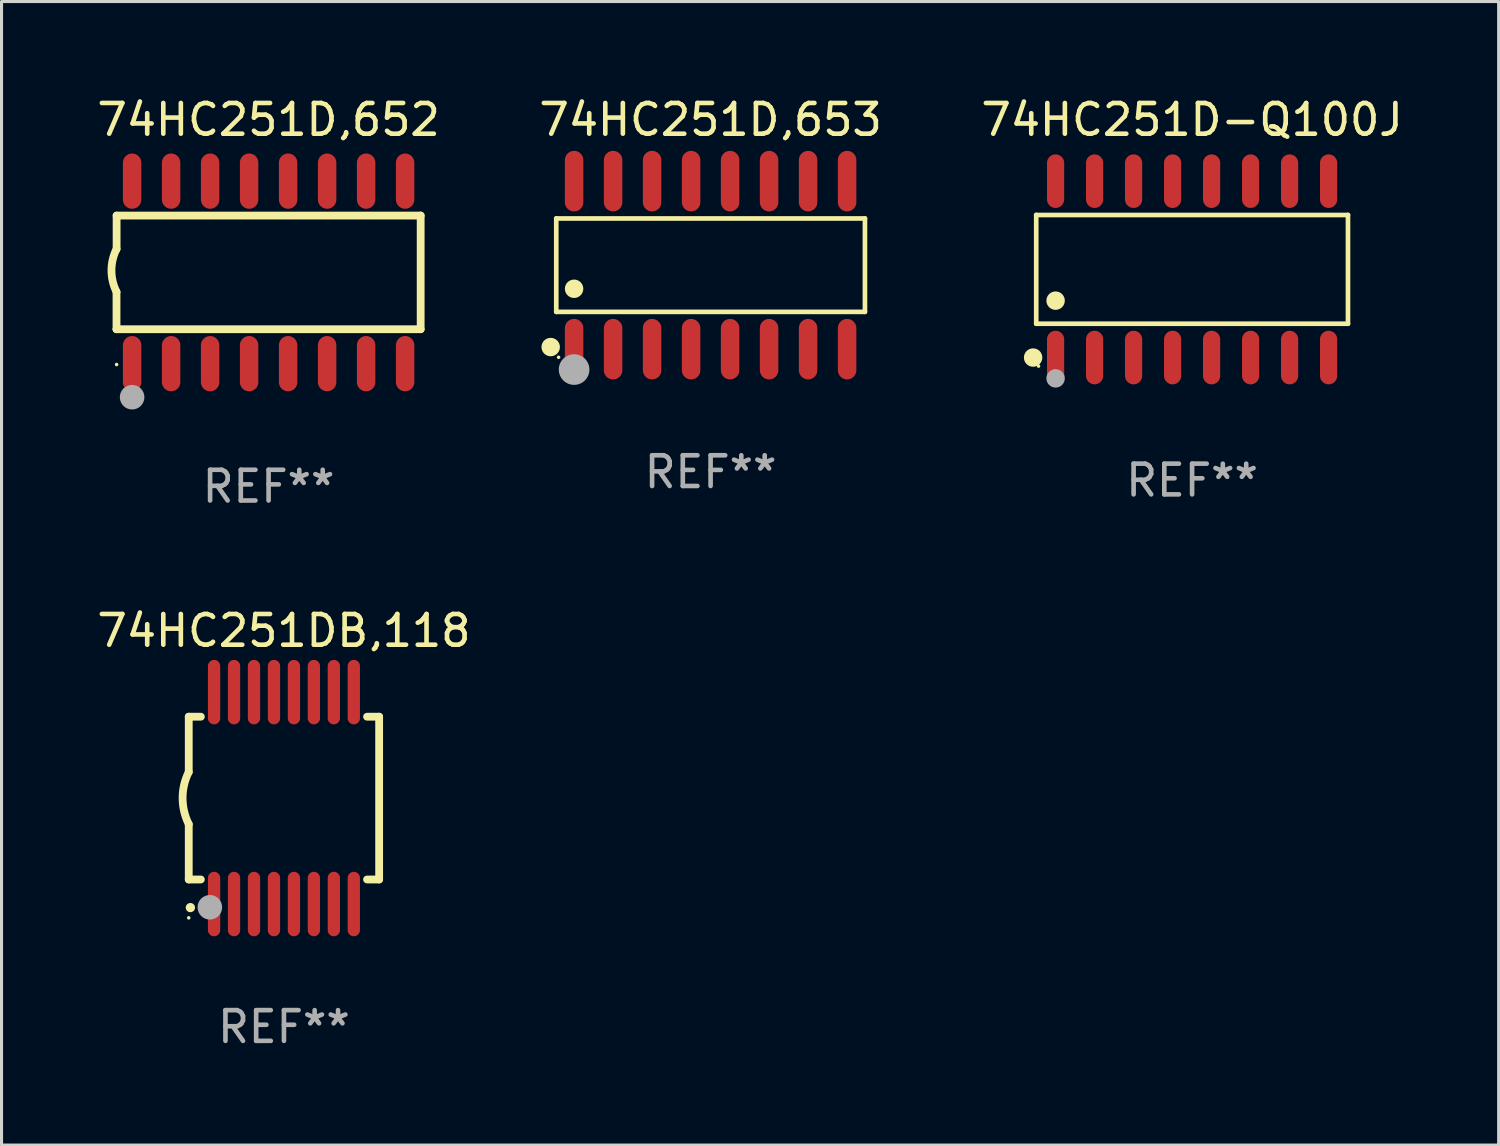
<source format=kicad_pcb>
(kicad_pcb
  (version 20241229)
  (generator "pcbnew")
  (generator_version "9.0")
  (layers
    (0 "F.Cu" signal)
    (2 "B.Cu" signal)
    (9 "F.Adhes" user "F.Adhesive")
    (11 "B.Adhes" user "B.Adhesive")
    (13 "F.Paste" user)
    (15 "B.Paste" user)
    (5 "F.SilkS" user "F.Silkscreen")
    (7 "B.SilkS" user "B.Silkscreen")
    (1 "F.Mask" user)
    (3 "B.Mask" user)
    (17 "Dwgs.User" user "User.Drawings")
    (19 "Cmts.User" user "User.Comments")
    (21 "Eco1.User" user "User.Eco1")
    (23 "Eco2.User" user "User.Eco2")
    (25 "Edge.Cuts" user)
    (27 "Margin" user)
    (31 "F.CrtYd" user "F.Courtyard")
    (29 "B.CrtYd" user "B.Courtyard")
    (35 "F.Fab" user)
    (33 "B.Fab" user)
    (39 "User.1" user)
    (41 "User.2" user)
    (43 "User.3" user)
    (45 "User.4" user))
  (footprint "74HC251D,653"
    (layer "F.Cu")
    (at 20.089 5.584)
    (property "Reference" "74HC251D,653" (at 0 -4.736 0) (layer "F.SilkS") (effects (font (size 1 1) (thickness 0.15))))
    (attr through_hole)
    (fp_line (start -5.026 -1.521) (end 5.026 -1.521) (stroke (width 0.152) (type solid)) (layer "F.SilkS"))
    (fp_line (start -5.026 1.521) (end -5.026 -1.521) (stroke (width 0.152) (type solid)) (layer "F.SilkS"))
    (fp_line (start 5.026 -1.521) (end 5.026 1.521) (stroke (width 0.152) (type solid)) (layer "F.SilkS"))
    (fp_line (start 5.026 1.521) (end -5.026 1.521) (stroke (width 0.152) (type solid)) (layer "F.SilkS"))
    (fp_circle (center -5.207 2.667) (end -5.057 2.667) (stroke (width 0.3) (type solid)) (fill no) (layer "F.SilkS"))
    (fp_circle (center -4.95 3) (end -4.92 3) (stroke (width 0.06) (type solid)) (fill no) (layer "F.SilkS"))
    (fp_circle (center -4.445 0.769) (end -4.295 0.769) (stroke (width 0.3) (type solid)) (fill no) (layer "F.SilkS"))
    (fp_circle (center -4.445 3.4) (end -4.195 3.4) (stroke (width 0.5) (type solid)) (fill no) (layer "F.Fab"))
    (fp_text user "REF**" (at 0 6.736 0) (layer "F.Fab") (effects (font (size 1 1) (thickness 0.15))))
    (pad "1" smd oval (at -4.445 2.736) (size 0.602 1.971) (layers "F.Cu" "F.Mask" "F.Paste"))
    (pad "2" smd oval (at -3.175 2.736) (size 0.602 1.971) (layers "F.Cu" "F.Mask" "F.Paste"))
    (pad "3" smd oval (at -1.905 2.736) (size 0.602 1.971) (layers "F.Cu" "F.Mask" "F.Paste"))
    (pad "4" smd oval (at -0.635 2.736) (size 0.602 1.971) (layers "F.Cu" "F.Mask" "F.Paste"))
    (pad "5" smd oval (at 0.635 2.736) (size 0.602 1.971) (layers "F.Cu" "F.Mask" "F.Paste"))
    (pad "6" smd oval (at 1.905 2.736) (size 0.602 1.971) (layers "F.Cu" "F.Mask" "F.Paste"))
    (pad "7" smd oval (at 3.175 2.736) (size 0.602 1.971) (layers "F.Cu" "F.Mask" "F.Paste"))
    (pad "8" smd oval (at 4.445 2.736) (size 0.602 1.971) (layers "F.Cu" "F.Mask" "F.Paste"))
    (pad "9" smd oval (at 4.445 -2.736) (size 0.602 1.971) (layers "F.Cu" "F.Mask" "F.Paste"))
    (pad "10" smd oval (at 3.175 -2.736) (size 0.602 1.971) (layers "F.Cu" "F.Mask" "F.Paste"))
    (pad "11" smd oval (at 1.905 -2.736) (size 0.602 1.971) (layers "F.Cu" "F.Mask" "F.Paste"))
    (pad "12" smd oval (at 0.635 -2.736) (size 0.602 1.971) (layers "F.Cu" "F.Mask" "F.Paste"))
    (pad "13" smd oval (at -0.635 -2.736) (size 0.602 1.971) (layers "F.Cu" "F.Mask" "F.Paste"))
    (pad "14" smd oval (at -1.905 -2.736) (size 0.602 1.971) (layers "F.Cu" "F.Mask" "F.Paste"))
    (pad "15" smd oval (at -3.175 -2.736) (size 0.602 1.971) (layers "F.Cu" "F.Mask" "F.Paste"))
    (pad "16" smd oval (at -4.445 -2.736) (size 0.602 1.971) (layers "F.Cu" "F.Mask" "F.Paste")))
  (footprint "74HC251D-Q100J"
    (layer "F.Cu")
    (at 35.768 5.721)
    (property "Reference" "74HC251D-Q100J" (at 0 -4.872 0) (layer "F.SilkS") (effects (font (size 1 1) (thickness 0.15))))
    (attr through_hole)
    (fp_line (start -5.076 -1.771) (end 5.076 -1.771) (stroke (width 0.152) (type solid)) (layer "F.SilkS"))
    (fp_line (start -5.076 1.771) (end -5.076 -1.771) (stroke (width 0.152) (type solid)) (layer "F.SilkS"))
    (fp_line (start 5.076 -1.771) (end 5.076 1.771) (stroke (width 0.152) (type solid)) (layer "F.SilkS"))
    (fp_line (start 5.076 1.771) (end -5.076 1.771) (stroke (width 0.152) (type solid)) (layer "F.SilkS"))
    (fp_circle (center -5.177 2.872) (end -5.027 2.872) (stroke (width 0.3) (type solid)) (fill no) (layer "F.SilkS"))
    (fp_circle (center -5 3.15) (end -4.97 3.15) (stroke (width 0.06) (type solid)) (fill no) (layer "F.SilkS"))
    (fp_circle (center -4.445 1.019) (end -4.295 1.019) (stroke (width 0.3) (type solid)) (fill no) (layer "F.SilkS"))
    (fp_circle (center -4.445 3.55) (end -4.295 3.55) (stroke (width 0.3) (type solid)) (fill no) (layer "F.Fab"))
    (fp_text user "REF**" (at 0 6.872 0) (layer "F.Fab") (effects (font (size 1 1) (thickness 0.15))))
    (pad "1" smd oval (at -4.445 2.872) (size 0.56 1.745) (layers "F.Cu" "F.Mask" "F.Paste"))
    (pad "2" smd oval (at -3.175 2.872) (size 0.56 1.745) (layers "F.Cu" "F.Mask" "F.Paste"))
    (pad "3" smd oval (at -1.905 2.872) (size 0.56 1.745) (layers "F.Cu" "F.Mask" "F.Paste"))
    (pad "4" smd oval (at -0.635 2.872) (size 0.56 1.745) (layers "F.Cu" "F.Mask" "F.Paste"))
    (pad "5" smd oval (at 0.635 2.872) (size 0.56 1.745) (layers "F.Cu" "F.Mask" "F.Paste"))
    (pad "6" smd oval (at 1.905 2.872) (size 0.56 1.745) (layers "F.Cu" "F.Mask" "F.Paste"))
    (pad "7" smd oval (at 3.175 2.872) (size 0.56 1.745) (layers "F.Cu" "F.Mask" "F.Paste"))
    (pad "8" smd oval (at 4.445 2.872) (size 0.56 1.745) (layers "F.Cu" "F.Mask" "F.Paste"))
    (pad "9" smd oval (at 4.445 -2.872) (size 0.56 1.745) (layers "F.Cu" "F.Mask" "F.Paste"))
    (pad "10" smd oval (at 3.175 -2.872) (size 0.56 1.745) (layers "F.Cu" "F.Mask" "F.Paste"))
    (pad "11" smd oval (at 1.905 -2.872) (size 0.56 1.745) (layers "F.Cu" "F.Mask" "F.Paste"))
    (pad "12" smd oval (at 0.635 -2.872) (size 0.56 1.745) (layers "F.Cu" "F.Mask" "F.Paste"))
    (pad "13" smd oval (at -0.635 -2.872) (size 0.56 1.745) (layers "F.Cu" "F.Mask" "F.Paste"))
    (pad "14" smd oval (at -1.905 -2.872) (size 0.56 1.745) (layers "F.Cu" "F.Mask" "F.Paste"))
    (pad "15" smd oval (at -3.175 -2.872) (size 0.56 1.745) (layers "F.Cu" "F.Mask" "F.Paste"))
    (pad "16" smd oval (at -4.445 -2.872) (size 0.56 1.745) (layers "F.Cu" "F.Mask" "F.Paste")))
  (footprint "74HC251DB,118"
    (layer "F.Cu")
    (at 6.196 22.938)
    (property "Reference" "74HC251DB,118" (at 0 -5.45 0) (layer "F.SilkS") (effects (font (size 1 1) (thickness 0.15))))
    (attr through_hole)
    (fp_line (start -3.1 -2.65) (end -3.1 -0.85) (stroke (width 0.254) (type solid)) (layer "F.SilkS"))
    (fp_line (start -3.1 -2.65) (end -2.706 -2.65) (stroke (width 0.254) (type solid)) (layer "F.SilkS"))
    (fp_line (start -3.1 2.65) (end -3.1 0.85) (stroke (width 0.254) (type solid)) (layer "F.SilkS"))
    (fp_line (start -3.1 2.65) (end -2.706 2.65) (stroke (width 0.254) (type solid)) (layer "F.SilkS"))
    (fp_line (start 2.706 -2.65) (end 3.1 -2.65) (stroke (width 0.254) (type solid)) (layer "F.SilkS"))
    (fp_line (start 2.706 2.65) (end 3.1 2.65) (stroke (width 0.254) (type solid)) (layer "F.SilkS"))
    (fp_line (start 3.1 -2.65) (end 3.1 2.65) (stroke (width 0.254) (type solid)) (layer "F.SilkS"))
    (fp_arc (start -3.098907 0.850902) (mid -3.300057 0.000523) (end -3.1 -0.850114) (stroke (width 0.254001) (type solid)) (layer "F.SilkS"))
    (fp_arc (start -3.048006 3.566066) (mid -3.046736 3.566061) (end -3.045466 3.566066) (stroke (width 0.3) (type solid)) (layer "F.SilkS"))
    (fp_circle (center -3.1 3.9) (end -3.07 3.9) (stroke (width 0.06) (type solid)) (fill no) (layer "F.SilkS"))
    (fp_circle (center -2.413 3.556) (end -2.213 3.556) (stroke (width 0.4) (type solid)) (fill no) (layer "F.Fab"))
    (fp_text user "REF**" (at 0 7.45 0) (layer "F.Fab") (effects (font (size 1 1) (thickness 0.15))))
    (pad "1" smd oval (at -2.275 3.45 180) (size 0.4 2.1) (layers "F.Cu" "F.Mask" "F.Paste"))
    (pad "2" smd oval (at -1.625 3.45 180) (size 0.4 2.1) (layers "F.Cu" "F.Mask" "F.Paste"))
    (pad "3" smd oval (at -0.975 3.45 180) (size 0.4 2.1) (layers "F.Cu" "F.Mask" "F.Paste"))
    (pad "4" smd oval (at -0.325 3.45 180) (size 0.4 2.1) (layers "F.Cu" "F.Mask" "F.Paste"))
    (pad "5" smd oval (at 0.325 3.45 180) (size 0.4 2.1) (layers "F.Cu" "F.Mask" "F.Paste"))
    (pad "6" smd oval (at 0.975 3.45 180) (size 0.4 2.1) (layers "F.Cu" "F.Mask" "F.Paste"))
    (pad "7" smd oval (at 1.625 3.45 180) (size 0.4 2.1) (layers "F.Cu" "F.Mask" "F.Paste"))
    (pad "8" smd oval (at 2.275 3.45 180) (size 0.4 2.1) (layers "F.Cu" "F.Mask" "F.Paste"))
    (pad "9" smd oval (at 2.275 -3.45 180) (size 0.4 2.1) (layers "F.Cu" "F.Mask" "F.Paste"))
    (pad "10" smd oval (at 1.625 -3.45 180) (size 0.4 2.1) (layers "F.Cu" "F.Mask" "F.Paste"))
    (pad "11" smd oval (at 0.975 -3.45 180) (size 0.4 2.1) (layers "F.Cu" "F.Mask" "F.Paste"))
    (pad "12" smd oval (at 0.325 -3.45 180) (size 0.4 2.1) (layers "F.Cu" "F.Mask" "F.Paste"))
    (pad "13" smd oval (at -0.325 -3.45 180) (size 0.4 2.1) (layers "F.Cu" "F.Mask" "F.Paste"))
    (pad "14" smd oval (at -0.975 -3.45 180) (size 0.4 2.1) (layers "F.Cu" "F.Mask" "F.Paste"))
    (pad "15" smd oval (at -1.625 -3.45 180) (size 0.4 2.1) (layers "F.Cu" "F.Mask" "F.Paste"))
    (pad "16" smd oval (at -2.275 -3.45 180) (size 0.4 2.1) (layers "F.Cu" "F.Mask" "F.Paste")))
  (footprint "74HC251D,652"
    (layer "F.Cu")
    (at 5.696 5.82)
    (property "Reference" "74HC251D,652" (at 0 -4.972 0) (layer "F.SilkS") (effects (font (size 1 1) (thickness 0.15))))
    (attr through_hole)
    (fp_line (start -4.952 0.635) (end -4.952 1.85) (stroke (width 0.254) (type solid)) (layer "F.SilkS"))
    (fp_line (start -4.952 1.85) (end -4.949 1.85) (stroke (width 0.254) (type solid)) (layer "F.SilkS"))
    (fp_line (start -4.949 -1.85) (end -4.949 -0.762) (stroke (width 0.254) (type solid)) (layer "F.SilkS"))
    (fp_line (start -4.949 1.85) (end 4.952 1.85) (stroke (width 0.254) (type solid)) (layer "F.SilkS"))
    (fp_line (start 4.952 -1.85) (end -4.949 -1.85) (stroke (width 0.254) (type solid)) (layer "F.SilkS"))
    (fp_line (start 4.952 1.85) (end 4.952 -1.85) (stroke (width 0.254) (type solid)) (layer "F.SilkS"))
    (fp_arc (start -4.951524 0.635001) (mid -5.116418 -0.0635) (end -4.951524 -0.762002) (stroke (width 0.254001) (type solid)) (layer "F.SilkS"))
    (fp_circle (center -4.949 3) (end -4.919 3) (stroke (width 0.06) (type solid)) (fill no) (layer "F.SilkS"))
    (fp_circle (center -4.444 4.064) (end -4.244 4.064) (stroke (width 0.4) (type solid)) (fill no) (layer "F.Fab"))
    (fp_text user "REF**" (at 0 6.972 0) (layer "F.Fab") (effects (font (size 1 1) (thickness 0.15))))
    (pad "1" smd oval (at -4.444 2.972 180) (size 0.6 1.8) (layers "F.Cu" "F.Mask" "F.Paste"))
    (pad "2" smd oval (at -3.174 2.972 180) (size 0.6 1.8) (layers "F.Cu" "F.Mask" "F.Paste"))
    (pad "3" smd oval (at -1.904 2.972 180) (size 0.6 1.8) (layers "F.Cu" "F.Mask" "F.Paste"))
    (pad "4" smd oval (at -0.634 2.972 180) (size 0.6 1.8) (layers "F.Cu" "F.Mask" "F.Paste"))
    (pad "5" smd oval (at 0.636 2.972 180) (size 0.6 1.8) (layers "F.Cu" "F.Mask" "F.Paste"))
    (pad "6" smd oval (at 1.906 2.972 180) (size 0.6 1.8) (layers "F.Cu" "F.Mask" "F.Paste"))
    (pad "7" smd oval (at 3.176 2.972 180) (size 0.6 1.8) (layers "F.Cu" "F.Mask" "F.Paste"))
    (pad "8" smd oval (at 4.446 2.972 180) (size 0.6 1.8) (layers "F.Cu" "F.Mask" "F.Paste"))
    (pad "9" smd oval (at 4.446 -2.972 180) (size 0.6 1.8) (layers "F.Cu" "F.Mask" "F.Paste"))
    (pad "10" smd oval (at 3.176 -2.972 180) (size 0.6 1.8) (layers "F.Cu" "F.Mask" "F.Paste"))
    (pad "11" smd oval (at 1.906 -2.972 180) (size 0.6 1.8) (layers "F.Cu" "F.Mask" "F.Paste"))
    (pad "12" smd oval (at 0.636 -2.972 180) (size 0.6 1.8) (layers "F.Cu" "F.Mask" "F.Paste"))
    (pad "13" smd oval (at -0.634 -2.972 180) (size 0.6 1.8) (layers "F.Cu" "F.Mask" "F.Paste"))
    (pad "14" smd oval (at -1.904 -2.972 180) (size 0.6 1.8) (layers "F.Cu" "F.Mask" "F.Paste"))
    (pad "15" smd oval (at -3.174 -2.972 180) (size 0.6 1.8) (layers "F.Cu" "F.Mask" "F.Paste"))
    (pad "16" smd oval (at -4.444 -2.972 180) (size 0.6 1.8) (layers "F.Cu" "F.Mask" "F.Paste")))
  (gr_rect
    (start -3 -3)
    (end 45.75 34.237)
    (stroke (width 0.1) (type default))
    (fill no)
    (layer "Edge.Cuts")))
</source>
